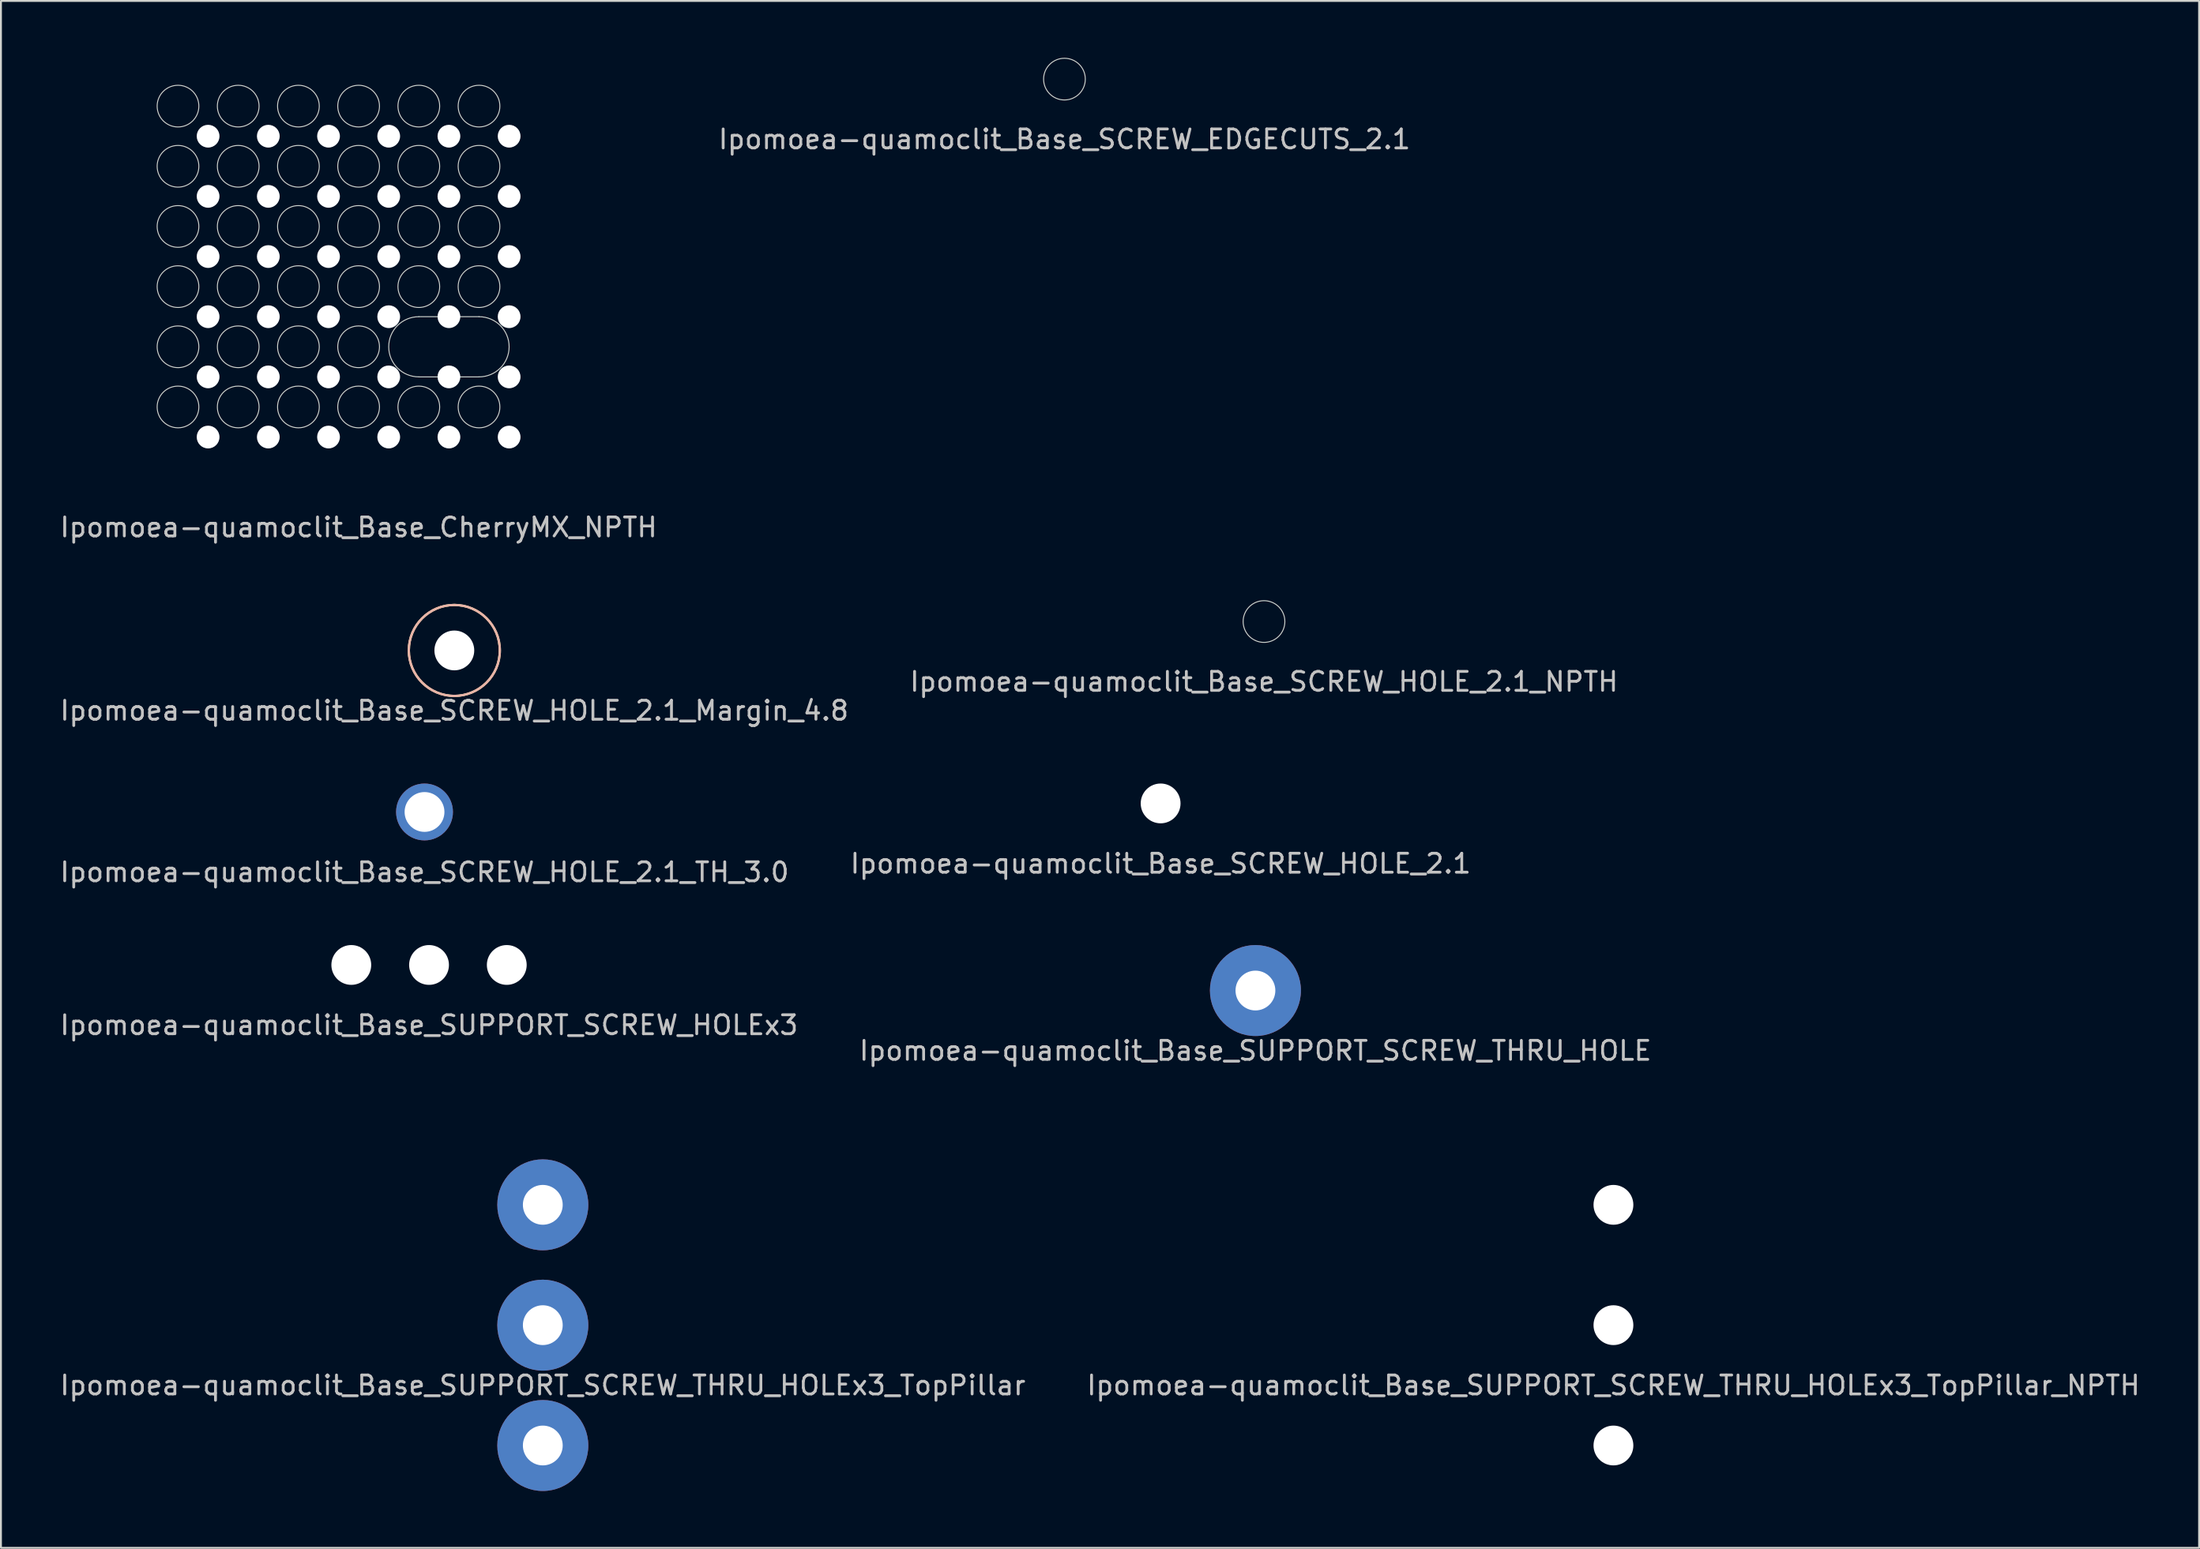
<source format=kicad_pcb>
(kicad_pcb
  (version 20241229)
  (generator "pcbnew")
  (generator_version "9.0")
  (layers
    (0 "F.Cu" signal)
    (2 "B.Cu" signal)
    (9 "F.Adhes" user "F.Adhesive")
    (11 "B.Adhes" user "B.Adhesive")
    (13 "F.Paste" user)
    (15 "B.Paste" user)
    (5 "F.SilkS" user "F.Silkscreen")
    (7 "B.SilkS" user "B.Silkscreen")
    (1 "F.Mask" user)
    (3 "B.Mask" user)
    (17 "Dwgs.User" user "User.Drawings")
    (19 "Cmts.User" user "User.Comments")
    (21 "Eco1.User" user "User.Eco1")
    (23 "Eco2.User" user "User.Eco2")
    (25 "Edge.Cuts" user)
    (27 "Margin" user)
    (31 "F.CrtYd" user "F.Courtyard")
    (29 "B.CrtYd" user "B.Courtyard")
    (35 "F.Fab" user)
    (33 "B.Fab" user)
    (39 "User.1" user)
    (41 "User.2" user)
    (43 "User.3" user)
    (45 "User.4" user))
  (footprint "Ipomoea-quamoclit_Base_SCREW_EDGECUTS_2.1"
    (layer "F.Cu")
    (at 53.089 1.125)
    (property "Reference" "Ipomoea-quamoclit_Base_SCREW_EDGECUTS_2.1" (at 0 3.175 0) (layer "Dwgs.User") (effects (font (size 1 1) (thickness 0.15))))
    (attr through_hole)
    (fp_circle (center 0 0) (end 1.1 0) (stroke (width 0.05) (type solid)) (fill no) (layer "Edge.Cuts")))
  (footprint "Ipomoea-quamoclit_Base_SCREW_HOLE_2.1_TH_3.0"
    (layer "F.Cu")
    (at 19.339 39.797)
    (property "Reference" "Ipomoea-quamoclit_Base_SCREW_HOLE_2.1_TH_3.0" (at 0 3.175 0) (layer "Dwgs.User") (effects (font (size 1 1) (thickness 0.15))))
    (attr through_hole)
    (pad "" thru_hole circle (at 0 0) (size 3 3) (drill 2.1) (layers "*.Cu" "*.Mask")))
  (footprint "Ipomoea-quamoclit_Base_SUPPORT_SCREW_THRU_HOLEx3_TopPillar"
    (layer "F.Cu")
    (at 25.577 66.878)
    (property "Reference" "Ipomoea-quamoclit_Base_SUPPORT_SCREW_THRU_HOLEx3_TopPillar" (at 0 3.175 0) (layer "Dwgs.User") (effects (font (size 1 1) (thickness 0.15))))
    (attr through_hole)
    (fp_line (start -2.425 7) (end -2.425 -7) (stroke (width 0.12) (type solid)) (layer "Eco1.User"))
    (fp_line (start 4.013 -7) (end 4.013 7) (stroke (width 0.12) (type solid)) (layer "Eco1.User"))
    (fp_circle (center 1.587 -9.525) (end 2.638 -9.525) (stroke (width 0.12) (type solid)) (fill no) (layer "Eco1.User"))
    (fp_circle (center 1.587 -3.175) (end 2.638 -3.175) (stroke (width 0.12) (type solid)) (fill no) (layer "Eco1.User"))
    (fp_circle (center 1.587 3.175) (end 2.638 3.175) (stroke (width 0.12) (type solid)) (fill no) (layer "Eco1.User"))
    (pad "" thru_hole circle (at 0 -6.35 90) (size 4.8 4.8) (drill 2.1) (layers "*.Cu" "*.Mask"))
    (pad "" thru_hole circle (at 0 0 90) (size 4.8 4.8) (drill 2.1) (layers "*.Cu" "*.Mask"))
    (pad "" thru_hole circle (at 0 6.35 90) (size 4.8 4.8) (drill 2.1) (layers "*.Cu" "*.Mask")))
  (footprint "Ipomoea-quamoclit_Base_SCREW_HOLE_2.1_Margin_4.8"
    (layer "F.Cu")
    (at 20.911 31.273)
    (property "Reference" "Ipomoea-quamoclit_Base_SCREW_HOLE_2.1_Margin_4.8" (at 0 3.175 0) (layer "Dwgs.User") (effects (font (size 1 1) (thickness 0.15))))
    (attr through_hole)
    (fp_circle (center 0 0) (end 2.4 0) (stroke (width 0.12) (type solid)) (fill no) (layer "F.SilkS"))
    (fp_circle (center 0 0) (end 2.4 0) (stroke (width 0.12) (type solid)) (fill no) (layer "B.SilkS"))
    (fp_circle (center 0 0) (end 2.4 0) (stroke (width 0.5) (type solid)) (fill no) (layer "Margin"))
    (pad "" np_thru_hole circle (at 0 0) (size 2.1 2.1) (drill 2.1) (layers "*.Cu" "*.Mask")))
  (footprint "Ipomoea-quamoclit_Base_CherryMX_NPTH"
    (layer "F.Cu")
    (at 15.863 12.075)
    (property "Reference" "Ipomoea-quamoclit_Base_CherryMX_NPTH" (at 0 12.7 0) (layer "Dwgs.User") (effects (font (size 1 1) (thickness 0.15))))
    (attr through_hole)
    (fp_line (start -12 -12) (end -12 12) (stroke (width 0.15) (type solid)) (layer "Eco1.User"))
    (fp_line (start -12 -12) (end 12 -12) (stroke (width 0.15) (type solid)) (layer "Eco1.User"))
    (fp_line (start -12 12) (end 12 12) (stroke (width 0.15) (type solid)) (layer "Eco1.User"))
    (fp_line (start -7 -7) (end -7 7) (stroke (width 0.15) (type solid)) (layer "Eco1.User"))
    (fp_line (start -7 -7) (end 7 -7) (stroke (width 0.15) (type solid)) (layer "Eco1.User"))
    (fp_line (start -7 7) (end 7 7) (stroke (width 0.15) (type solid)) (layer "Eco1.User"))
    (fp_line (start 7 7) (end 7 -7) (stroke (width 0.15) (type solid)) (layer "Eco1.User"))
    (fp_line (start 12 12) (end 12 -12) (stroke (width 0.15) (type solid)) (layer "Eco1.User"))
    (fp_line (start 3.175 1.587) (end 6.35 1.587) (stroke (width 0.05) (type solid)) (layer "Edge.Cuts"))
    (fp_line (start 3.175 4.763) (end 6.35 4.763) (stroke (width 0.05) (type solid)) (layer "Edge.Cuts"))
    (fp_arc (start 3.175 4.7625) (mid 1.5875 3.175) (end 3.175 1.5875) (stroke (width 0.05) (type solid)) (layer "Edge.Cuts"))
    (fp_arc (start 6.35 1.5875) (mid 7.9375 3.175) (end 6.35 4.7625) (stroke (width 0.05) (type solid)) (layer "Edge.Cuts"))
    (fp_circle (center -9.525 -9.525) (end -8.425 -9.525) (stroke (width 0.05) (type solid)) (fill no) (layer "Edge.Cuts"))
    (fp_circle (center -9.525 -6.35) (end -8.425 -6.35) (stroke (width 0.05) (type solid)) (fill no) (layer "Edge.Cuts"))
    (fp_circle (center -9.525 -3.175) (end -8.425 -3.175) (stroke (width 0.05) (type solid)) (fill no) (layer "Edge.Cuts"))
    (fp_circle (center -9.525 0) (end -8.425 0) (stroke (width 0.05) (type solid)) (fill no) (layer "Edge.Cuts"))
    (fp_circle (center -9.525 3.175) (end -8.425 3.175) (stroke (width 0.05) (type solid)) (fill no) (layer "Edge.Cuts"))
    (fp_circle (center -9.525 6.35) (end -8.425 6.35) (stroke (width 0.05) (type solid)) (fill no) (layer "Edge.Cuts"))
    (fp_circle (center -6.35 -9.525) (end -5.25 -9.525) (stroke (width 0.05) (type solid)) (fill no) (layer "Edge.Cuts"))
    (fp_circle (center -6.35 -6.35) (end -5.25 -6.35) (stroke (width 0.05) (type solid)) (fill no) (layer "Edge.Cuts"))
    (fp_circle (center -6.35 -3.175) (end -5.25 -3.175) (stroke (width 0.05) (type solid)) (fill no) (layer "Edge.Cuts"))
    (fp_circle (center -6.35 0) (end -5.25 0) (stroke (width 0.05) (type solid)) (fill no) (layer "Edge.Cuts"))
    (fp_circle (center -6.35 3.175) (end -5.25 3.175) (stroke (width 0.05) (type solid)) (fill no) (layer "Edge.Cuts"))
    (fp_circle (center -6.35 6.35) (end -5.25 6.35) (stroke (width 0.05) (type solid)) (fill no) (layer "Edge.Cuts"))
    (fp_circle (center -3.175 -9.525) (end -2.075 -9.525) (stroke (width 0.05) (type solid)) (fill no) (layer "Edge.Cuts"))
    (fp_circle (center -3.175 -6.35) (end -2.075 -6.35) (stroke (width 0.05) (type solid)) (fill no) (layer "Edge.Cuts"))
    (fp_circle (center -3.175 -3.175) (end -2.075 -3.175) (stroke (width 0.05) (type solid)) (fill no) (layer "Edge.Cuts"))
    (fp_circle (center -3.175 0) (end -2.075 0) (stroke (width 0.05) (type solid)) (fill no) (layer "Edge.Cuts"))
    (fp_circle (center -3.175 3.175) (end -2.075 3.175) (stroke (width 0.05) (type solid)) (fill no) (layer "Edge.Cuts"))
    (fp_circle (center -3.175 6.35) (end -2.075 6.35) (stroke (width 0.05) (type solid)) (fill no) (layer "Edge.Cuts"))
    (fp_circle (center 0 -9.525) (end 1.1 -9.525) (stroke (width 0.05) (type solid)) (fill no) (layer "Edge.Cuts"))
    (fp_circle (center 0 -6.35) (end 1.1 -6.35) (stroke (width 0.05) (type solid)) (fill no) (layer "Edge.Cuts"))
    (fp_circle (center 0 -3.175) (end 1.1 -3.175) (stroke (width 0.05) (type solid)) (fill no) (layer "Edge.Cuts"))
    (fp_circle (center 0 0) (end 1.1 0) (stroke (width 0.05) (type solid)) (fill no) (layer "Edge.Cuts"))
    (fp_circle (center 0 3.175) (end 1.1 3.175) (stroke (width 0.05) (type solid)) (fill no) (layer "Edge.Cuts"))
    (fp_circle (center 0 6.35) (end 1.1 6.35) (stroke (width 0.05) (type solid)) (fill no) (layer "Edge.Cuts"))
    (fp_circle (center 3.175 -9.525) (end 4.275 -9.525) (stroke (width 0.05) (type solid)) (fill no) (layer "Edge.Cuts"))
    (fp_circle (center 3.175 -6.35) (end 4.275 -6.35) (stroke (width 0.05) (type solid)) (fill no) (layer "Edge.Cuts"))
    (fp_circle (center 3.175 -3.175) (end 4.275 -3.175) (stroke (width 0.05) (type solid)) (fill no) (layer "Edge.Cuts"))
    (fp_circle (center 3.175 0) (end 4.275 0) (stroke (width 0.05) (type solid)) (fill no) (layer "Edge.Cuts"))
    (fp_circle (center 3.175 6.35) (end 4.275 6.35) (stroke (width 0.05) (type solid)) (fill no) (layer "Edge.Cuts"))
    (fp_circle (center 6.35 -9.525) (end 7.45 -9.525) (stroke (width 0.05) (type solid)) (fill no) (layer "Edge.Cuts"))
    (fp_circle (center 6.35 -6.35) (end 7.45 -6.35) (stroke (width 0.05) (type solid)) (fill no) (layer "Edge.Cuts"))
    (fp_circle (center 6.35 -3.175) (end 7.45 -3.175) (stroke (width 0.05) (type solid)) (fill no) (layer "Edge.Cuts"))
    (fp_circle (center 6.35 0) (end 7.45 0) (stroke (width 0.05) (type solid)) (fill no) (layer "Edge.Cuts"))
    (fp_circle (center 6.35 6.35) (end 7.45 6.35) (stroke (width 0.05) (type solid)) (fill no) (layer "Edge.Cuts"))
    (pad "" np_thru_hole circle (at -7.938 -7.938) (size 1.2 1.2) (drill 1.2) (layers "*.Cu" "*.Mask"))
    (pad "" np_thru_hole circle (at -7.938 -4.763) (size 1.2 1.2) (drill 1.2) (layers "*.Cu" "*.Mask"))
    (pad "" np_thru_hole circle (at -7.938 -1.587) (size 1.2 1.2) (drill 1.2) (layers "*.Cu" "*.Mask"))
    (pad "" np_thru_hole circle (at -7.938 1.587) (size 1.2 1.2) (drill 1.2) (layers "*.Cu" "*.Mask"))
    (pad "" np_thru_hole circle (at -7.938 4.763) (size 1.2 1.2) (drill 1.2) (layers "*.Cu" "*.Mask"))
    (pad "" np_thru_hole circle (at -7.938 7.938) (size 1.2 1.2) (drill 1.2) (layers "*.Cu" "*.Mask"))
    (pad "" np_thru_hole circle (at -4.763 -7.938) (size 1.2 1.2) (drill 1.2) (layers "*.Cu" "*.Mask"))
    (pad "" np_thru_hole circle (at -4.763 -4.763) (size 1.2 1.2) (drill 1.2) (layers "*.Cu" "*.Mask"))
    (pad "" np_thru_hole circle (at -4.763 -1.587) (size 1.2 1.2) (drill 1.2) (layers "*.Cu" "*.Mask"))
    (pad "" np_thru_hole circle (at -4.763 1.587) (size 1.2 1.2) (drill 1.2) (layers "*.Cu" "*.Mask"))
    (pad "" np_thru_hole circle (at -4.763 4.763) (size 1.2 1.2) (drill 1.2) (layers "*.Cu" "*.Mask"))
    (pad "" np_thru_hole circle (at -4.763 7.938) (size 1.2 1.2) (drill 1.2) (layers "*.Cu" "*.Mask"))
    (pad "" np_thru_hole circle (at -1.587 -7.938) (size 1.2 1.2) (drill 1.2) (layers "*.Cu" "*.Mask"))
    (pad "" np_thru_hole circle (at -1.587 -4.763) (size 1.2 1.2) (drill 1.2) (layers "*.Cu" "*.Mask"))
    (pad "" np_thru_hole circle (at -1.587 -1.587) (size 1.2 1.2) (drill 1.2) (layers "*.Cu" "*.Mask"))
    (pad "" np_thru_hole circle (at -1.587 1.587) (size 1.2 1.2) (drill 1.2) (layers "*.Cu" "*.Mask"))
    (pad "" np_thru_hole circle (at -1.587 4.763) (size 1.2 1.2) (drill 1.2) (layers "*.Cu" "*.Mask"))
    (pad "" np_thru_hole circle (at -1.587 7.938) (size 1.2 1.2) (drill 1.2) (layers "*.Cu" "*.Mask"))
    (pad "" np_thru_hole circle (at 1.587 -7.938) (size 1.2 1.2) (drill 1.2) (layers "*.Cu" "*.Mask"))
    (pad "" np_thru_hole circle (at 1.587 -4.763) (size 1.2 1.2) (drill 1.2) (layers "*.Cu" "*.Mask"))
    (pad "" np_thru_hole circle (at 1.587 -1.587) (size 1.2 1.2) (drill 1.2) (layers "*.Cu" "*.Mask"))
    (pad "" np_thru_hole circle (at 1.587 1.587) (size 1.2 1.2) (drill 1.2) (layers "*.Cu" "*.Mask"))
    (pad "" np_thru_hole circle (at 1.587 4.763) (size 1.2 1.2) (drill 1.2) (layers "*.Cu" "*.Mask"))
    (pad "" np_thru_hole circle (at 1.587 7.938) (size 1.2 1.2) (drill 1.2) (layers "*.Cu" "*.Mask"))
    (pad "" np_thru_hole circle (at 4.763 -7.938) (size 1.2 1.2) (drill 1.2) (layers "*.Cu" "*.Mask"))
    (pad "" np_thru_hole circle (at 4.763 -4.763) (size 1.2 1.2) (drill 1.2) (layers "*.Cu" "*.Mask"))
    (pad "" np_thru_hole circle (at 4.763 -1.587) (size 1.2 1.2) (drill 1.2) (layers "*.Cu" "*.Mask"))
    (pad "" np_thru_hole circle (at 4.763 1.587) (size 1.2 1.2) (drill 1.2) (layers "*.Cu" "*.Mask"))
    (pad "" np_thru_hole circle (at 4.763 4.763) (size 1.2 1.2) (drill 1.2) (layers "*.Cu" "*.Mask"))
    (pad "" np_thru_hole circle (at 4.763 7.938) (size 1.2 1.2) (drill 1.2) (layers "*.Cu" "*.Mask"))
    (pad "" np_thru_hole circle (at 7.938 -7.938) (size 1.2 1.2) (drill 1.2) (layers "*.Cu" "*.Mask"))
    (pad "" np_thru_hole circle (at 7.938 -4.763) (size 1.2 1.2) (drill 1.2) (layers "*.Cu" "*.Mask"))
    (pad "" np_thru_hole circle (at 7.938 -1.587) (size 1.2 1.2) (drill 1.2) (layers "*.Cu" "*.Mask"))
    (pad "" np_thru_hole circle (at 7.938 1.587) (size 1.2 1.2) (drill 1.2) (layers "*.Cu" "*.Mask"))
    (pad "" np_thru_hole circle (at 7.938 4.763) (size 1.2 1.2) (drill 1.2) (layers "*.Cu" "*.Mask"))
    (pad "" np_thru_hole circle (at 7.938 7.938) (size 1.2 1.2) (drill 1.2) (layers "*.Cu" "*.Mask")))
  (footprint "Ipomoea-quamoclit_Base_SUPPORT_SCREW_THRU_HOLE"
    (layer "F.Cu")
    (at 63.161 49.22)
    (property "Reference" "Ipomoea-quamoclit_Base_SUPPORT_SCREW_THRU_HOLE" (at 0 3.175 0) (layer "Dwgs.User") (effects (font (size 1 1) (thickness 0.15))))
    (attr through_hole)
    (pad "" thru_hole circle (at 0 0) (size 4.8 4.8) (drill 2.1) (layers "*.Cu" "*.Mask")))
  (footprint "Ipomoea-quamoclit_Base_SUPPORT_SCREW_THRU_HOLEx3_TopPillar_NPTH"
    (layer "F.Cu")
    (at 82.042 66.878)
    (property "Reference" "Ipomoea-quamoclit_Base_SUPPORT_SCREW_THRU_HOLEx3_TopPillar_NPTH" (at 0 3.175 0) (layer "Dwgs.User") (effects (font (size 1 1) (thickness 0.15))))
    (attr through_hole)
    (fp_line (start -2.425 7) (end -2.425 -7) (stroke (width 0.12) (type solid)) (layer "Eco1.User"))
    (fp_line (start 4.013 -7) (end 4.013 7) (stroke (width 0.12) (type solid)) (layer "Eco1.User"))
    (fp_circle (center 1.587 -9.525) (end 2.638 -9.525) (stroke (width 0.12) (type solid)) (fill no) (layer "Eco1.User"))
    (fp_circle (center 1.587 -3.175) (end 2.638 -3.175) (stroke (width 0.12) (type solid)) (fill no) (layer "Eco1.User"))
    (fp_circle (center 1.587 3.175) (end 2.638 3.175) (stroke (width 0.12) (type solid)) (fill no) (layer "Eco1.User"))
    (pad "" np_thru_hole circle (at 0 -6.35 90) (size 2.1 2.1) (drill 2.1) (layers "*.Cu" "*.Mask"))
    (pad "" np_thru_hole circle (at 0 0) (size 2.1 2.1) (drill 2.1) (layers "*.Cu" "*.Mask"))
    (pad "" np_thru_hole circle (at 0 6.35 270) (size 2.1 2.1) (drill 2.1) (layers "*.Cu" "*.Mask")))
  (footprint "Ipomoea-quamoclit_Base_SCREW_HOLE_2.1"
    (layer "F.Cu")
    (at 58.161 39.346)
    (property "Reference" "Ipomoea-quamoclit_Base_SCREW_HOLE_2.1" (at 0 3.175 0) (layer "Dwgs.User") (effects (font (size 1 1) (thickness 0.15))))
    (attr through_hole)
    (pad "" np_thru_hole circle (at 0 0) (size 2.1 2.1) (drill 2.1) (layers "*.Cu" "*.Mask")))
  (footprint "Ipomoea-quamoclit_Base_SUPPORT_SCREW_HOLEx3"
    (layer "F.Cu")
    (at 19.577 47.87)
    (property "Reference" "Ipomoea-quamoclit_Base_SUPPORT_SCREW_HOLEx3" (at 0 3.175 0) (layer "Dwgs.User") (effects (font (size 1 1) (thickness 0.15))))
    (attr through_hole)
    (pad "" np_thru_hole circle (at -4.1 0) (size 2.1 2.1) (drill 2.1) (layers "*.Cu" "*.Mask"))
    (pad "" np_thru_hole circle (at 0 0) (size 2.1 2.1) (drill 2.1) (layers "*.Cu" "*.Mask"))
    (pad "" np_thru_hole circle (at 4.1 0) (size 2.1 2.1) (drill 2.1) (layers "*.Cu" "*.Mask")))
  (footprint "Ipomoea-quamoclit_Base_SCREW_HOLE_2.1_NPTH"
    (layer "F.Cu")
    (at 63.613 29.748)
    (property "Reference" "Ipomoea-quamoclit_Base_SCREW_HOLE_2.1_NPTH" (at 0 3.175 0) (layer "Dwgs.User") (effects (font (size 1 1) (thickness 0.15))))
    (attr through_hole)
    (fp_circle (center 0 0) (end 1.1 0) (stroke (width 0.05) (type solid)) (fill no) (layer "Edge.Cuts")))
  (gr_rect
    (start -3 -3)
    (end 112.929 78.628)
    (stroke (width 0.1) (type default))
    (fill no)
    (layer "Edge.Cuts")))
</source>
